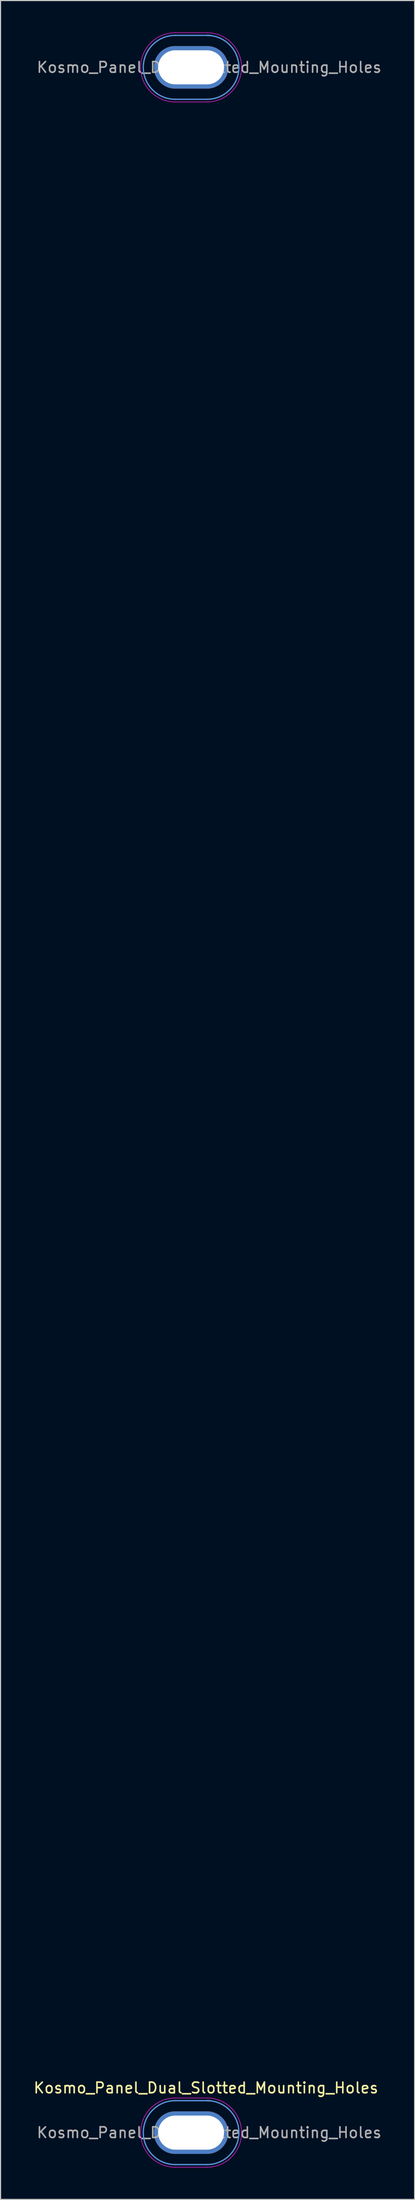
<source format=kicad_pcb>
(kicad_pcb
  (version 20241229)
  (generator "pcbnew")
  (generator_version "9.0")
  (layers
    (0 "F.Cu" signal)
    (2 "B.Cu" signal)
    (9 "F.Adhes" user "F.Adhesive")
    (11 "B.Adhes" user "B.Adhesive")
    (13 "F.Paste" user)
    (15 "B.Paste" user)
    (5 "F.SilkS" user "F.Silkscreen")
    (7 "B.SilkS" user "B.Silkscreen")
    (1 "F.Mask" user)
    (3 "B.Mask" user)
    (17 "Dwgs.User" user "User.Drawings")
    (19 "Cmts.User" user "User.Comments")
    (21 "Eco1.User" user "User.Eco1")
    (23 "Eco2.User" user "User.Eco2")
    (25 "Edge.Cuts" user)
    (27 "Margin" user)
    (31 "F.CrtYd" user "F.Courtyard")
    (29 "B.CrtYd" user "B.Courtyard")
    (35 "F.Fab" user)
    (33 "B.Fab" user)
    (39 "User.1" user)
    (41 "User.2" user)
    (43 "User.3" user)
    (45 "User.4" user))
  (footprint "Kosmo_Panel_Dual_Slotted_Mounting_Holes"
    (layer "F.Cu")
    (at 14.939 197.275)
    (property "Reference" "Kosmo_Panel_Dual_Slotted_Mounting_Holes" (at 1.4 -4.2 0) (layer "F.SilkS") (effects (font (size 1 1) (thickness 0.15))))
    (attr exclude_from_pos_files exclude_from_bom)
    (fp_line (start -1.5 -197) (end 1.8 -197) (stroke (width 0.12) (type solid)) (layer "Cmts.User"))
    (fp_line (start -1.5 -191) (end 1.5 -191) (stroke (width 0.12) (type solid)) (layer "Cmts.User"))
    (fp_line (start -1.5 -3) (end 1.8 -3) (stroke (width 0.12) (type solid)) (layer "Cmts.User"))
    (fp_line (start -1.5 3) (end 1.5 3) (stroke (width 0.12) (type solid)) (layer "Cmts.User"))
    (fp_arc (start -1.5 -191) (mid -4.5 -194) (end -1.5 -197) (stroke (width 0.12) (type solid)) (layer "Cmts.User"))
    (fp_arc (start -1.5 3) (mid -4.5 0) (end -1.5 -3) (stroke (width 0.12) (type solid)) (layer "Cmts.User"))
    (fp_arc (start 1.5 -197) (mid 4.5 -194) (end 1.5 -191) (stroke (width 0.12) (type solid)) (layer "Cmts.User"))
    (fp_arc (start 1.5 -3) (mid 4.5 0) (end 1.5 3) (stroke (width 0.12) (type solid)) (layer "Cmts.User"))
    (fp_line (start -1.5 -197.25) (end 1.5 -197.25) (stroke (width 0.05) (type solid)) (layer "F.CrtYd"))
    (fp_line (start -1.5 -190.75) (end 1.5 -190.75) (stroke (width 0.05) (type solid)) (layer "F.CrtYd"))
    (fp_line (start -1.5 -3.25) (end 1.5 -3.25) (stroke (width 0.05) (type solid)) (layer "F.CrtYd"))
    (fp_line (start -1.5 3.25) (end 1.5 3.25) (stroke (width 0.05) (type solid)) (layer "F.CrtYd"))
    (fp_arc (start -1.5 -190.75) (mid -4.75 -194) (end -1.5 -197.25) (stroke (width 0.05) (type solid)) (layer "F.CrtYd"))
    (fp_arc (start -1.5 3.25) (mid -4.75 0) (end -1.5 -3.25) (stroke (width 0.05) (type solid)) (layer "F.CrtYd"))
    (fp_arc (start 1.5 -197.25) (mid 4.75 -194) (end 1.5 -190.75) (stroke (width 0.05) (type solid)) (layer "F.CrtYd"))
    (fp_arc (start 1.5 -3.25) (mid 4.75 0) (end 1.5 3.25) (stroke (width 0.05) (type solid)) (layer "F.CrtYd"))
    (fp_text user "${REFERENCE}" (at 1.7 0 0) (layer "F.Fab") (effects (font (size 1 1) (thickness 0.15))))
    (fp_text user "${REFERENCE}" (at 1.7 -194 0) (layer "F.Fab") (effects (font (size 1 1) (thickness 0.15))))
    (pad "1" thru_hole oval (at 0 -194) (size 7 4) (drill oval 6.2 3.2) (layers "*.Cu" "*.Mask"))
    (pad "1" thru_hole oval (at 0 0) (size 7 4) (drill oval 6.2 3.2) (layers "*.Cu" "*.Mask")))
  (gr_rect
    (start -3 -3)
    (end 35.979 203.55)
    (stroke (width 0.1) (type default))
    (fill no)
    (layer "Edge.Cuts")))
</source>
